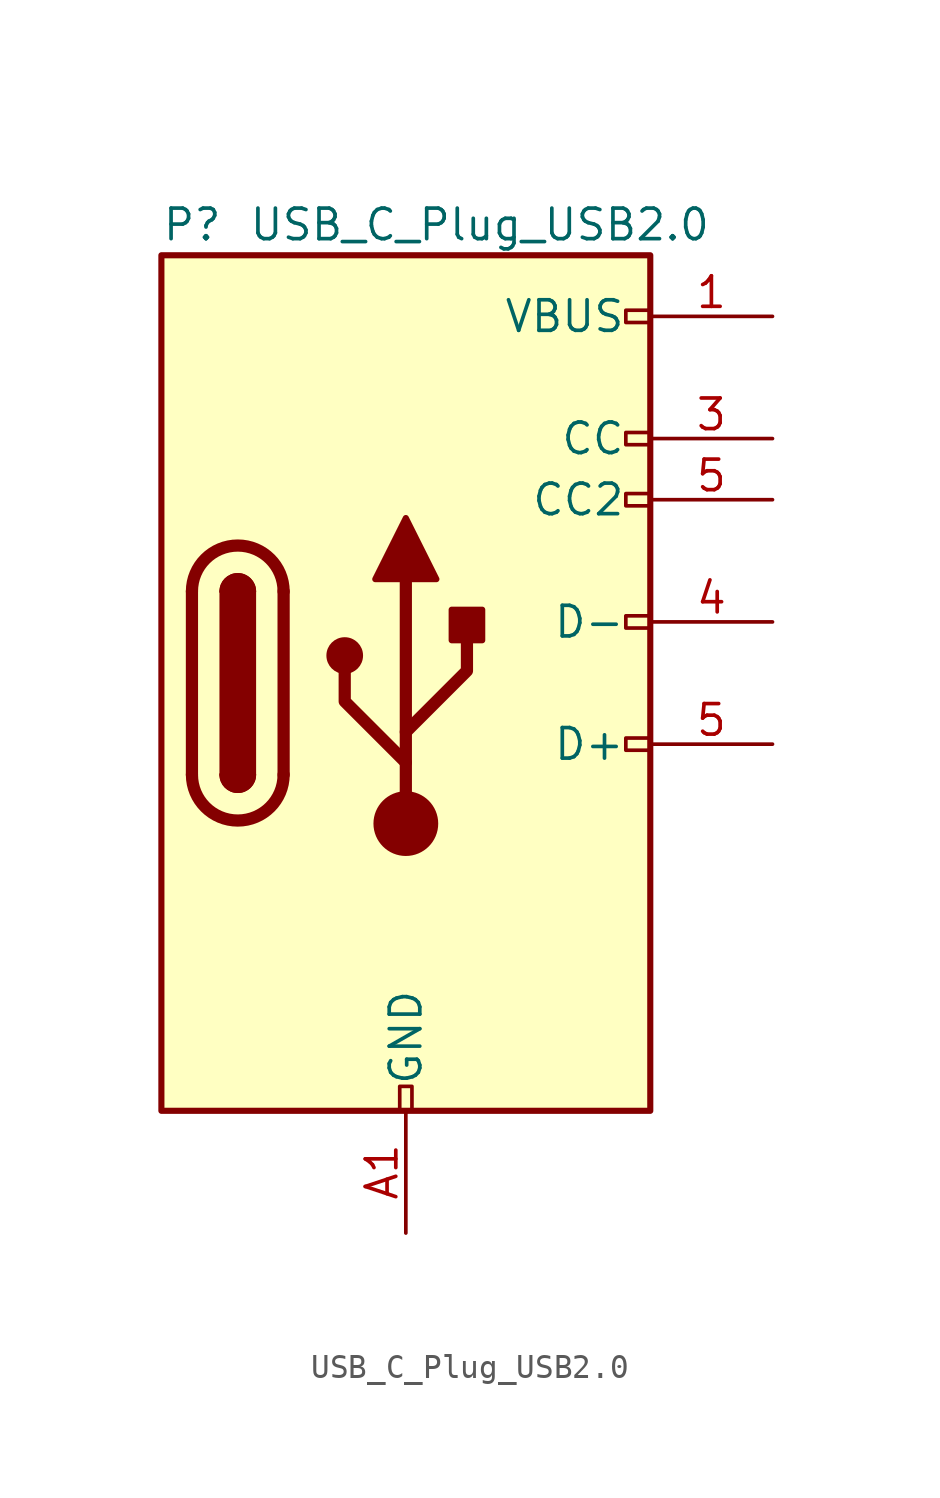
<source format=kicad_sym>
(kicad_symbol_lib
  (version 20231120)
  (generator "kicad_symbol_editor")
  (generator_version "8.0")
  (symbol "USB_C_Plug_USB2.0"
    (pin_names
      (offset 1.016))
    (property "Reference" "P"
      (at -10.16 19.05 0)
      (effects (font (size 1.27 1.27)) (justify left)))
    (property "Value" "USB_C_Plug_USB2.0"
      (at 12.7 19.05 0)
      (effects (font (size 1.27 1.27)) (justify right)))
    (symbol "USB_C_Plug_USB2.0_0_0"
      (rectangle (start -0.254 -17.78) (end 0.254 -16.764) (stroke (width 0) (type default)) (fill (type none)))
      (rectangle (start 10.16 -2.286) (end 9.144 -2.794) (stroke (width 0) (type default)) (fill (type none)))
      (rectangle (start 10.16 2.794) (end 9.144 2.286) (stroke (width 0) (type default)) (fill (type none)))
      (rectangle (start 10.16 7.874) (end 9.144 7.366) (stroke (width 0) (type default)) (fill (type none)))
      (rectangle (start 10.16 10.414) (end 9.144 9.906) (stroke (width 0) (type default)) (fill (type none)))
      (rectangle (start 10.16 15.494) (end 9.144 14.986) (stroke (width 0) (type default)) (fill (type none))))
    (symbol "USB_C_Plug_USB2.0_0_1"
      (rectangle (start -10.16 17.78) (end 10.16 -17.78) (stroke (width 0.254) (type default)) (fill (type background)))
      (arc (start -8.89 -3.81) (mid -6.985 -5.7067) (end -5.08 -3.81) (stroke (width 0.508) (type default)) (fill (type none)))
      (arc (start -7.62 -3.81) (mid -6.985 -4.4423) (end -6.35 -3.81) (stroke (width 0.254) (type default)) (fill (type none)))
      (arc (start -7.62 -3.81) (mid -6.985 -4.4423) (end -6.35 -3.81) (stroke (width 0.254) (type default)) (fill (type outline)))
      (rectangle (start -7.62 -3.81) (end -6.35 3.81) (stroke (width 0.254) (type default)) (fill (type outline)))
      (arc (start -6.35 3.81) (mid -6.985 4.4423) (end -7.62 3.81) (stroke (width 0.254) (type default)) (fill (type none)))
      (arc (start -6.35 3.81) (mid -6.985 4.4423) (end -7.62 3.81) (stroke (width 0.254) (type default)) (fill (type outline)))
      (arc (start -5.08 3.81) (mid -6.985 5.7067) (end -8.89 3.81) (stroke (width 0.508) (type default)) (fill (type none)))
      (circle (center -2.54 1.143) (radius 0.635) (stroke (width 0.254) (type default)) (fill (type outline)))
      (circle (center 0 -5.842) (radius 1.27) (stroke (width 0) (type default)) (fill (type outline)))
      (polyline (pts (xy -8.89 -3.81) (xy -8.89 3.81)) (stroke (width 0.508) (type default)) (fill (type none)))
      (polyline (pts (xy -5.08 3.81) (xy -5.08 -3.81)) (stroke (width 0.508) (type default)) (fill (type none)))
      (polyline (pts (xy 0 -5.842) (xy 0 4.318)) (stroke (width 0.508) (type default)) (fill (type none)))
      (polyline (pts (xy 0 -3.302) (xy -2.54 -0.762) (xy -2.54 0.508)) (stroke (width 0.508) (type default)) (fill (type none)))
      (polyline (pts (xy 0 -2.032) (xy 2.54 0.508) (xy 2.54 1.778)) (stroke (width 0.508) (type default)) (fill (type none)))
      (polyline (pts (xy -1.27 4.318) (xy 0 6.858) (xy 1.27 4.318) (xy -1.27 4.318)) (stroke (width 0.254) (type default)) (fill (type outline)))
      (rectangle (start 1.905 1.778) (end 3.175 3.048) (stroke (width 0.254) (type default)) (fill (type outline))))
    (symbol "USB_C_Plug_USB2.0_1_1"
      (pin passive line (at 15.24 15.24 180) (length 5.08) (name "VBUS" (effects (font (size 1.27 1.27)))) (number "1" (effects (font (size 1.27 1.27)))))
      (pin passive line (at 0 -22.86 90) (length 5.08) hide (name "GND" (effects (font (size 1.27 1.27)))) (number "2" (effects (font (size 1.27 1.27)))))
      (pin bidirectional line (at 15.24 10.16 180) (length 5.08) (name "CC" (effects (font (size 1.27 1.27)))) (number "3" (effects (font (size 1.27 1.27)))))
      (pin bidirectional line (at 15.24 2.54 180) (length 5.08) (name "D-" (effects (font (size 1.27 1.27)))) (number "4" (effects (font (size 1.27 1.27)))))
      (pin bidirectional line (at 15.24 7.62 180) (length 5.08) (name "CC2" (effects (font (size 1.27 1.27)))) (number "5" (effects (font (size 1.27 1.27)))))
      (pin bidirectional line (at 15.24 -2.54 180) (length 5.08) (name "D+" (effects (font (size 1.27 1.27)))) (number "5" (effects (font (size 1.27 1.27)))))
      (pin passive line (at 0 -22.86 90) (length 5.08) (name "GND" (effects (font (size 1.27 1.27)))) (number "A1" (effects (font (size 1.27 1.27)))))
      (pin passive line (at 15.24 15.24 180) (length 5.08) hide (name "VBUS" (effects (font (size 1.27 1.27)))) (number "A9" (effects (font (size 1.27 1.27)))))
      (pin passive line (at 0 -22.86 90) (length 5.08) hide (name "GND" (effects (font (size 1.27 1.27)))) (number "B1" (effects (font (size 1.27 1.27)))))
      (pin passive line (at 0 -22.86 90) (length 5.08) hide (name "GND" (effects (font (size 1.27 1.27)))) (number "B12" (effects (font (size 1.27 1.27)))))
      (pin passive line (at 15.24 15.24 180) (length 5.08) hide (name "VBUS" (effects (font (size 1.27 1.27)))) (number "B4" (effects (font (size 1.27 1.27)))))
      (pin passive line (at 15.24 15.24 180) (length 5.08) hide (name "VBUS" (effects (font (size 1.27 1.27)))) (number "B9" (effects (font (size 1.27 1.27))))))))
</source>
